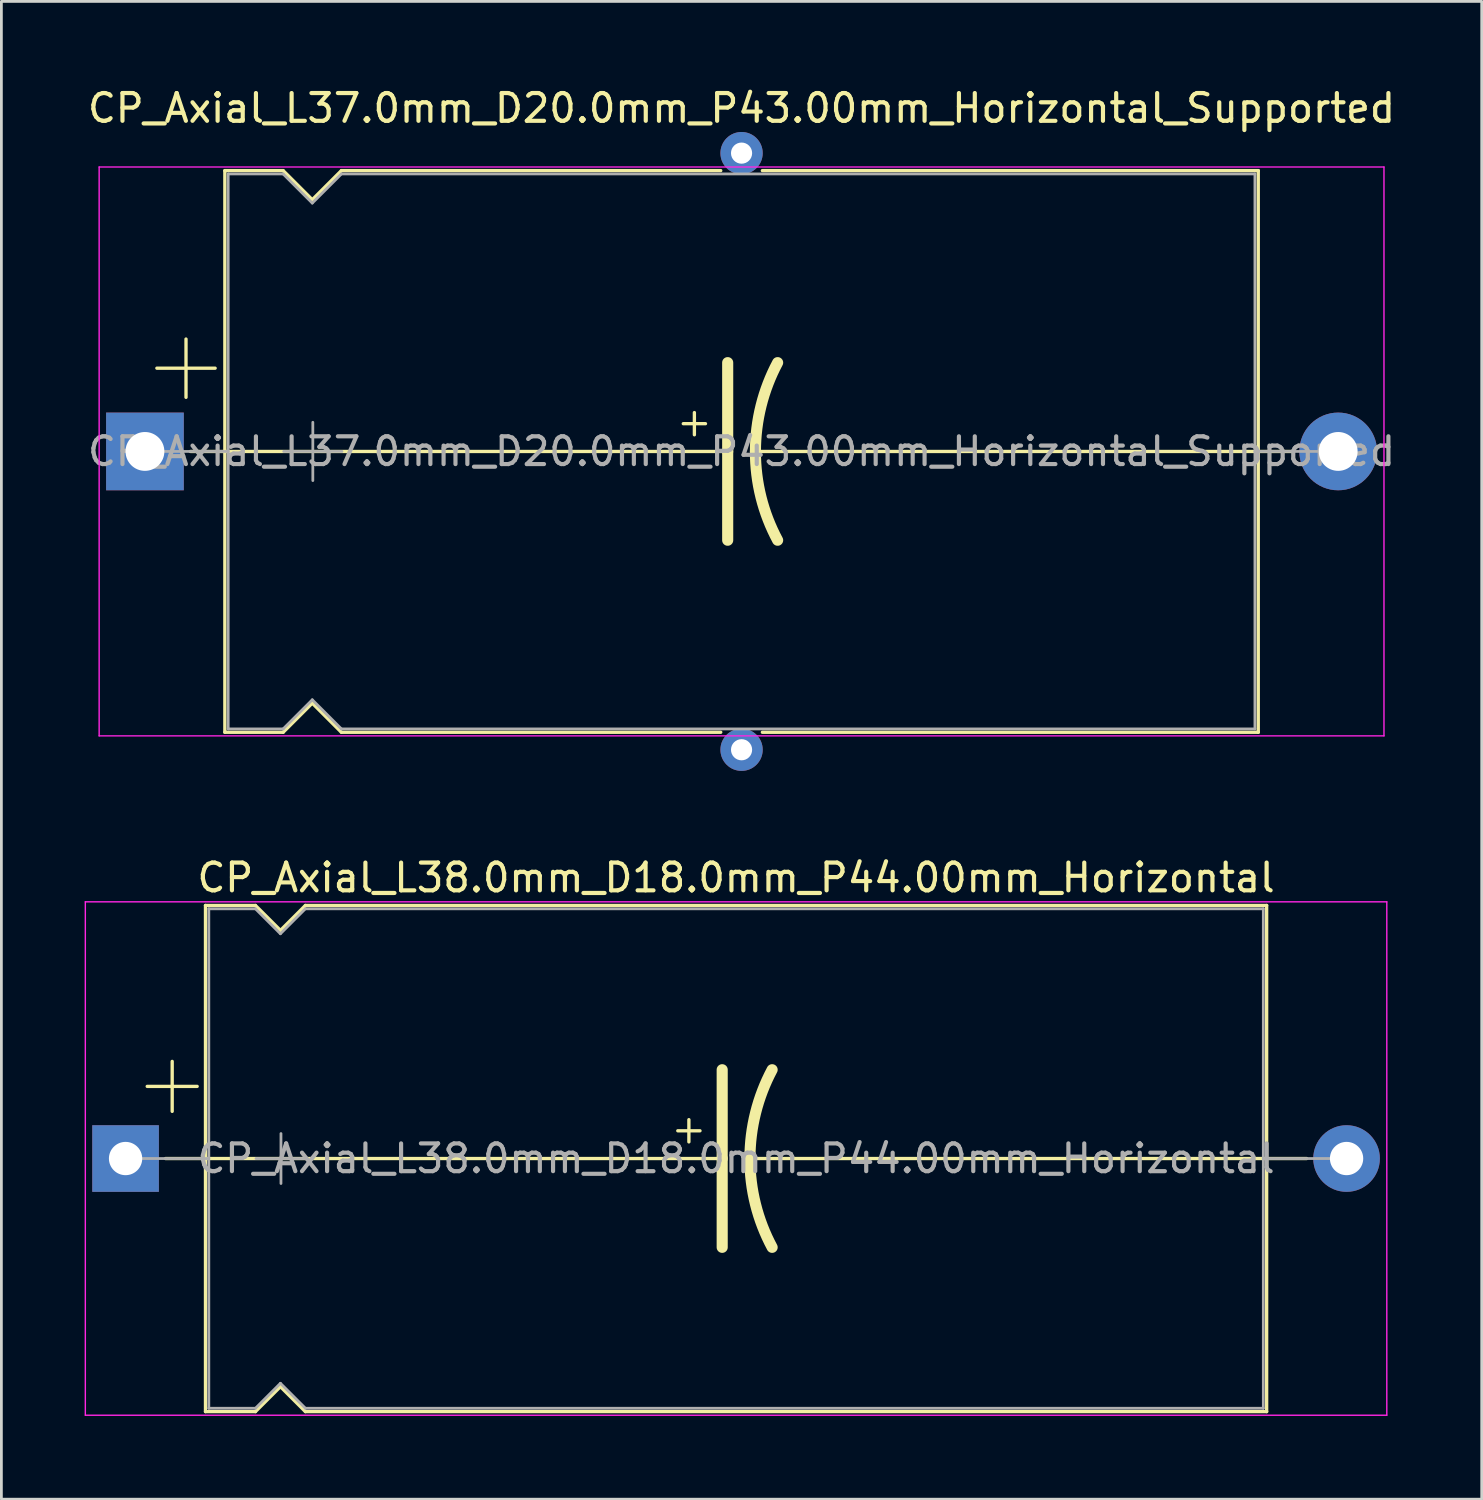
<source format=kicad_pcb>
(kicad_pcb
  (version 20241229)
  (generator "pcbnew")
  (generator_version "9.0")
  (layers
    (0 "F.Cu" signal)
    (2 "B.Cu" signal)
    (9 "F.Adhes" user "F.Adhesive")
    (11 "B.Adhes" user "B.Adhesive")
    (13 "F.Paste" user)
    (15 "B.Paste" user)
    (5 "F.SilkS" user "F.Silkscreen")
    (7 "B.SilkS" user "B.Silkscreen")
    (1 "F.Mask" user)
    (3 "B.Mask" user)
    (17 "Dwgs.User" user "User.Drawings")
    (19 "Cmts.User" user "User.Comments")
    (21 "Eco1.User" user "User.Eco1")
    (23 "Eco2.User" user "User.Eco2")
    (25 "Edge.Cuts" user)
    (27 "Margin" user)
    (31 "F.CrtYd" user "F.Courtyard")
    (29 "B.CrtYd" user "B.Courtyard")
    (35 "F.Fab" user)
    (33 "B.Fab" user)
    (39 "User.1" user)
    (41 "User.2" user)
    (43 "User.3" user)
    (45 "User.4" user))
  (footprint "CP_Axial_L37.0mm_D20.0mm_P43.00mm_Horizontal_Supported"
    (layer "F.Cu")
    (at 2.173 13.218)
    (property "Reference" "CP_Axial_L37.0mm_D20.0mm_P43.00mm_Horizontal_Supported" (at 21.5 -12.37 0) (layer "F.SilkS") (effects (font (size 1 1) (thickness 0.15))))
    (attr through_hole)
    (fp_line (start 0.43 -3) (end 2.53 -3) (stroke (width 0.12) (type solid)) (layer "F.SilkS"))
    (fp_line (start 1.48 -4.05) (end 1.48 -1.95) (stroke (width 0.12) (type solid)) (layer "F.SilkS"))
    (fp_line (start 1.64 0) (end 2.88 0) (stroke (width 0.12) (type solid)) (layer "F.SilkS"))
    (fp_line (start 2.88 -10.12) (end 2.88 10.12) (stroke (width 0.12) (type solid)) (layer "F.SilkS"))
    (fp_line (start 2.88 -10.12) (end 4.98 -10.12) (stroke (width 0.12) (type solid)) (layer "F.SilkS"))
    (fp_line (start 2.88 0) (end 21 0) (stroke (width 0.12) (type solid)) (layer "F.SilkS"))
    (fp_line (start 2.88 10.12) (end 4.98 10.12) (stroke (width 0.12) (type solid)) (layer "F.SilkS"))
    (fp_line (start 4.98 -10.12) (end 6.03 -9.07) (stroke (width 0.12) (type solid)) (layer "F.SilkS"))
    (fp_line (start 4.98 10.12) (end 6.03 9.07) (stroke (width 0.12) (type solid)) (layer "F.SilkS"))
    (fp_line (start 6.03 -9.07) (end 7.08 -10.12) (stroke (width 0.12) (type solid)) (layer "F.SilkS"))
    (fp_line (start 6.03 9.07) (end 7.08 10.12) (stroke (width 0.12) (type solid)) (layer "F.SilkS"))
    (fp_line (start 7.08 -10.12) (end 20.75 -10.12) (stroke (width 0.12) (type solid)) (layer "F.SilkS"))
    (fp_line (start 7.08 10.12) (end 20.75 10.12) (stroke (width 0.12) (type solid)) (layer "F.SilkS"))
    (fp_line (start 19.4 -1) (end 20.2 -1) (stroke (width 0.12) (type solid)) (layer "F.SilkS"))
    (fp_line (start 19.8 -1.4) (end 19.8 -0.6) (stroke (width 0.12) (type solid)) (layer "F.SilkS"))
    (fp_line (start 21 0) (end 21 -3.2) (stroke (width 0.4) (type solid)) (layer "F.SilkS"))
    (fp_line (start 21 0) (end 21 3.2) (stroke (width 0.4) (type solid)) (layer "F.SilkS"))
    (fp_line (start 22.25 -10.12) (end 40.12 -10.12) (stroke (width 0.12) (type solid)) (layer "F.SilkS"))
    (fp_line (start 22.25 10.12) (end 40.12 10.12) (stroke (width 0.12) (type solid)) (layer "F.SilkS"))
    (fp_line (start 40.12 -10.12) (end 40.12 10.12) (stroke (width 0.12) (type solid)) (layer "F.SilkS"))
    (fp_line (start 40.12 0) (end 22 0) (stroke (width 0.12) (type solid)) (layer "F.SilkS"))
    (fp_line (start 41.36 0) (end 40.12 0) (stroke (width 0.12) (type solid)) (layer "F.SilkS"))
    (fp_arc (start 22 0) (mid 22.203545 -1.649114) (end 22.8 -3.2) (stroke (width 0.4) (type solid)) (layer "F.SilkS"))
    (fp_arc (start 22.8 3.2) (mid 22.200709 1.649823) (end 22 0) (stroke (width 0.4) (type solid)) (layer "F.SilkS"))
    (fp_line (start -1.65 -10.25) (end -1.65 10.25) (stroke (width 0.05) (type solid)) (layer "F.CrtYd"))
    (fp_line (start -1.65 10.25) (end 44.65 10.25) (stroke (width 0.05) (type solid)) (layer "F.CrtYd"))
    (fp_line (start 44.65 -10.25) (end -1.65 -10.25) (stroke (width 0.05) (type solid)) (layer "F.CrtYd"))
    (fp_line (start 44.65 10.25) (end 44.65 -10.25) (stroke (width 0.05) (type solid)) (layer "F.CrtYd"))
    (fp_line (start 0 0) (end 3 0) (stroke (width 0.1) (type solid)) (layer "F.Fab"))
    (fp_line (start 3 -10) (end 3 10) (stroke (width 0.1) (type solid)) (layer "F.Fab"))
    (fp_line (start 3 -10) (end 4.98 -10) (stroke (width 0.1) (type solid)) (layer "F.Fab"))
    (fp_line (start 3 10) (end 4.98 10) (stroke (width 0.1) (type solid)) (layer "F.Fab"))
    (fp_line (start 4.98 -10) (end 6.03 -8.95) (stroke (width 0.1) (type solid)) (layer "F.Fab"))
    (fp_line (start 4.98 10) (end 6.03 8.95) (stroke (width 0.1) (type solid)) (layer "F.Fab"))
    (fp_line (start 5 0) (end 7.1 0) (stroke (width 0.1) (type solid)) (layer "F.Fab"))
    (fp_line (start 6.03 -8.95) (end 7.08 -10) (stroke (width 0.1) (type solid)) (layer "F.Fab"))
    (fp_line (start 6.03 8.95) (end 7.08 10) (stroke (width 0.1) (type solid)) (layer "F.Fab"))
    (fp_line (start 6.05 -1.05) (end 6.05 1.05) (stroke (width 0.1) (type solid)) (layer "F.Fab"))
    (fp_line (start 7.08 -10) (end 40 -10) (stroke (width 0.1) (type solid)) (layer "F.Fab"))
    (fp_line (start 7.08 10) (end 40 10) (stroke (width 0.1) (type solid)) (layer "F.Fab"))
    (fp_line (start 40 -10) (end 40 10) (stroke (width 0.1) (type solid)) (layer "F.Fab"))
    (fp_line (start 43 0) (end 40 0) (stroke (width 0.1) (type solid)) (layer "F.Fab"))
    (fp_text user "${REFERENCE}" (at 21.5 0 0) (layer "F.Fab") (effects (font (size 1 1) (thickness 0.15))))
    (pad "" thru_hole circle (at 21.5 -10.75) (size 1.524 1.524) (drill 0.762) (layers "*.Cu" "*.Mask"))
    (pad "" thru_hole circle (at 21.5 10.75) (size 1.524 1.524) (drill 0.762) (layers "*.Cu" "*.Mask"))
    (pad "1" thru_hole rect (at 0 0) (size 2.8 2.8) (drill 1.4) (layers "*.Cu" "*.Mask"))
    (pad "2" thru_hole oval (at 43 0) (size 2.8 2.8) (drill 1.4) (layers "*.Cu" "*.Mask")))
  (footprint "CP_Axial_L38.0mm_D18.0mm_P44.00mm_Horizontal"
    (layer "F.Cu")
    (at 1.475 38.699)
    (property "Reference" "CP_Axial_L38.0mm_D18.0mm_P44.00mm_Horizontal" (at 22 -10.12 0) (layer "F.SilkS") (effects (font (size 1 1) (thickness 0.15))))
    (attr through_hole)
    (fp_line (start 0.78 -2.6) (end 2.58 -2.6) (stroke (width 0.12) (type solid)) (layer "F.SilkS"))
    (fp_line (start 1.44 0) (end 2.88 0) (stroke (width 0.12) (type solid)) (layer "F.SilkS"))
    (fp_line (start 1.68 -3.5) (end 1.68 -1.7) (stroke (width 0.12) (type solid)) (layer "F.SilkS"))
    (fp_line (start 2.88 -9.12) (end 2.88 9.12) (stroke (width 0.12) (type solid)) (layer "F.SilkS"))
    (fp_line (start 2.88 -9.12) (end 4.68 -9.12) (stroke (width 0.12) (type solid)) (layer "F.SilkS"))
    (fp_line (start 2.88 0) (end 21.5 0) (stroke (width 0.12) (type solid)) (layer "F.SilkS"))
    (fp_line (start 2.88 9.12) (end 4.68 9.12) (stroke (width 0.12) (type solid)) (layer "F.SilkS"))
    (fp_line (start 4.68 -9.12) (end 5.58 -8.22) (stroke (width 0.12) (type solid)) (layer "F.SilkS"))
    (fp_line (start 4.68 9.12) (end 5.58 8.22) (stroke (width 0.12) (type solid)) (layer "F.SilkS"))
    (fp_line (start 5.58 -8.22) (end 6.48 -9.12) (stroke (width 0.12) (type solid)) (layer "F.SilkS"))
    (fp_line (start 5.58 8.22) (end 6.48 9.12) (stroke (width 0.12) (type solid)) (layer "F.SilkS"))
    (fp_line (start 6.48 -9.12) (end 41.12 -9.12) (stroke (width 0.12) (type solid)) (layer "F.SilkS"))
    (fp_line (start 6.48 9.12) (end 41.12 9.12) (stroke (width 0.12) (type solid)) (layer "F.SilkS"))
    (fp_line (start 19.9 -1) (end 20.7 -1) (stroke (width 0.12) (type solid)) (layer "F.SilkS"))
    (fp_line (start 20.3 -1.4) (end 20.3 -0.6) (stroke (width 0.12) (type solid)) (layer "F.SilkS"))
    (fp_line (start 21.5 0) (end 21.5 -3.2) (stroke (width 0.4) (type solid)) (layer "F.SilkS"))
    (fp_line (start 21.5 0) (end 21.5 3.2) (stroke (width 0.4) (type solid)) (layer "F.SilkS"))
    (fp_line (start 41.12 -9.12) (end 41.12 9.12) (stroke (width 0.12) (type solid)) (layer "F.SilkS"))
    (fp_line (start 41.12 0) (end 22.5 0) (stroke (width 0.12) (type solid)) (layer "F.SilkS"))
    (fp_line (start 42.56 0) (end 41.12 0) (stroke (width 0.12) (type solid)) (layer "F.SilkS"))
    (fp_arc (start 22.5 0) (mid 22.703545 -1.649114) (end 23.3 -3.2) (stroke (width 0.4) (type solid)) (layer "F.SilkS"))
    (fp_arc (start 23.3 3.2) (mid 22.700709 1.649823) (end 22.5 0) (stroke (width 0.4) (type solid)) (layer "F.SilkS"))
    (fp_line (start -1.45 -9.25) (end -1.45 9.25) (stroke (width 0.05) (type solid)) (layer "F.CrtYd"))
    (fp_line (start -1.45 9.25) (end 45.45 9.25) (stroke (width 0.05) (type solid)) (layer "F.CrtYd"))
    (fp_line (start 45.45 -9.25) (end -1.45 -9.25) (stroke (width 0.05) (type solid)) (layer "F.CrtYd"))
    (fp_line (start 45.45 9.25) (end 45.45 -9.25) (stroke (width 0.05) (type solid)) (layer "F.CrtYd"))
    (fp_line (start 0 0) (end 3 0) (stroke (width 0.1) (type solid)) (layer "F.Fab"))
    (fp_line (start 3 -9) (end 3 9) (stroke (width 0.1) (type solid)) (layer "F.Fab"))
    (fp_line (start 3 -9) (end 4.68 -9) (stroke (width 0.1) (type solid)) (layer "F.Fab"))
    (fp_line (start 3 9) (end 4.68 9) (stroke (width 0.1) (type solid)) (layer "F.Fab"))
    (fp_line (start 4.68 -9) (end 5.58 -8.1) (stroke (width 0.1) (type solid)) (layer "F.Fab"))
    (fp_line (start 4.68 9) (end 5.58 8.1) (stroke (width 0.1) (type solid)) (layer "F.Fab"))
    (fp_line (start 4.7 0) (end 6.5 0) (stroke (width 0.1) (type solid)) (layer "F.Fab"))
    (fp_line (start 5.58 -8.1) (end 6.48 -9) (stroke (width 0.1) (type solid)) (layer "F.Fab"))
    (fp_line (start 5.58 8.1) (end 6.48 9) (stroke (width 0.1) (type solid)) (layer "F.Fab"))
    (fp_line (start 5.6 -0.9) (end 5.6 0.9) (stroke (width 0.1) (type solid)) (layer "F.Fab"))
    (fp_line (start 6.48 -9) (end 41 -9) (stroke (width 0.1) (type solid)) (layer "F.Fab"))
    (fp_line (start 6.48 9) (end 41 9) (stroke (width 0.1) (type solid)) (layer "F.Fab"))
    (fp_line (start 41 -9) (end 41 9) (stroke (width 0.1) (type solid)) (layer "F.Fab"))
    (fp_line (start 44 0) (end 41 0) (stroke (width 0.1) (type solid)) (layer "F.Fab"))
    (fp_text user "${REFERENCE}" (at 22 0 0) (layer "F.Fab") (effects (font (size 1 1) (thickness 0.15))))
    (pad "1" thru_hole rect (at 0 0) (size 2.4 2.4) (drill 1.2) (layers "*.Cu" "*.Mask"))
    (pad "2" thru_hole oval (at 44 0) (size 2.4 2.4) (drill 1.2) (layers "*.Cu" "*.Mask")))
  (gr_rect
    (start -3 -3)
    (end 50.345 50.974)
    (stroke (width 0.1) (type default))
    (fill no)
    (layer "Edge.Cuts")))
</source>
